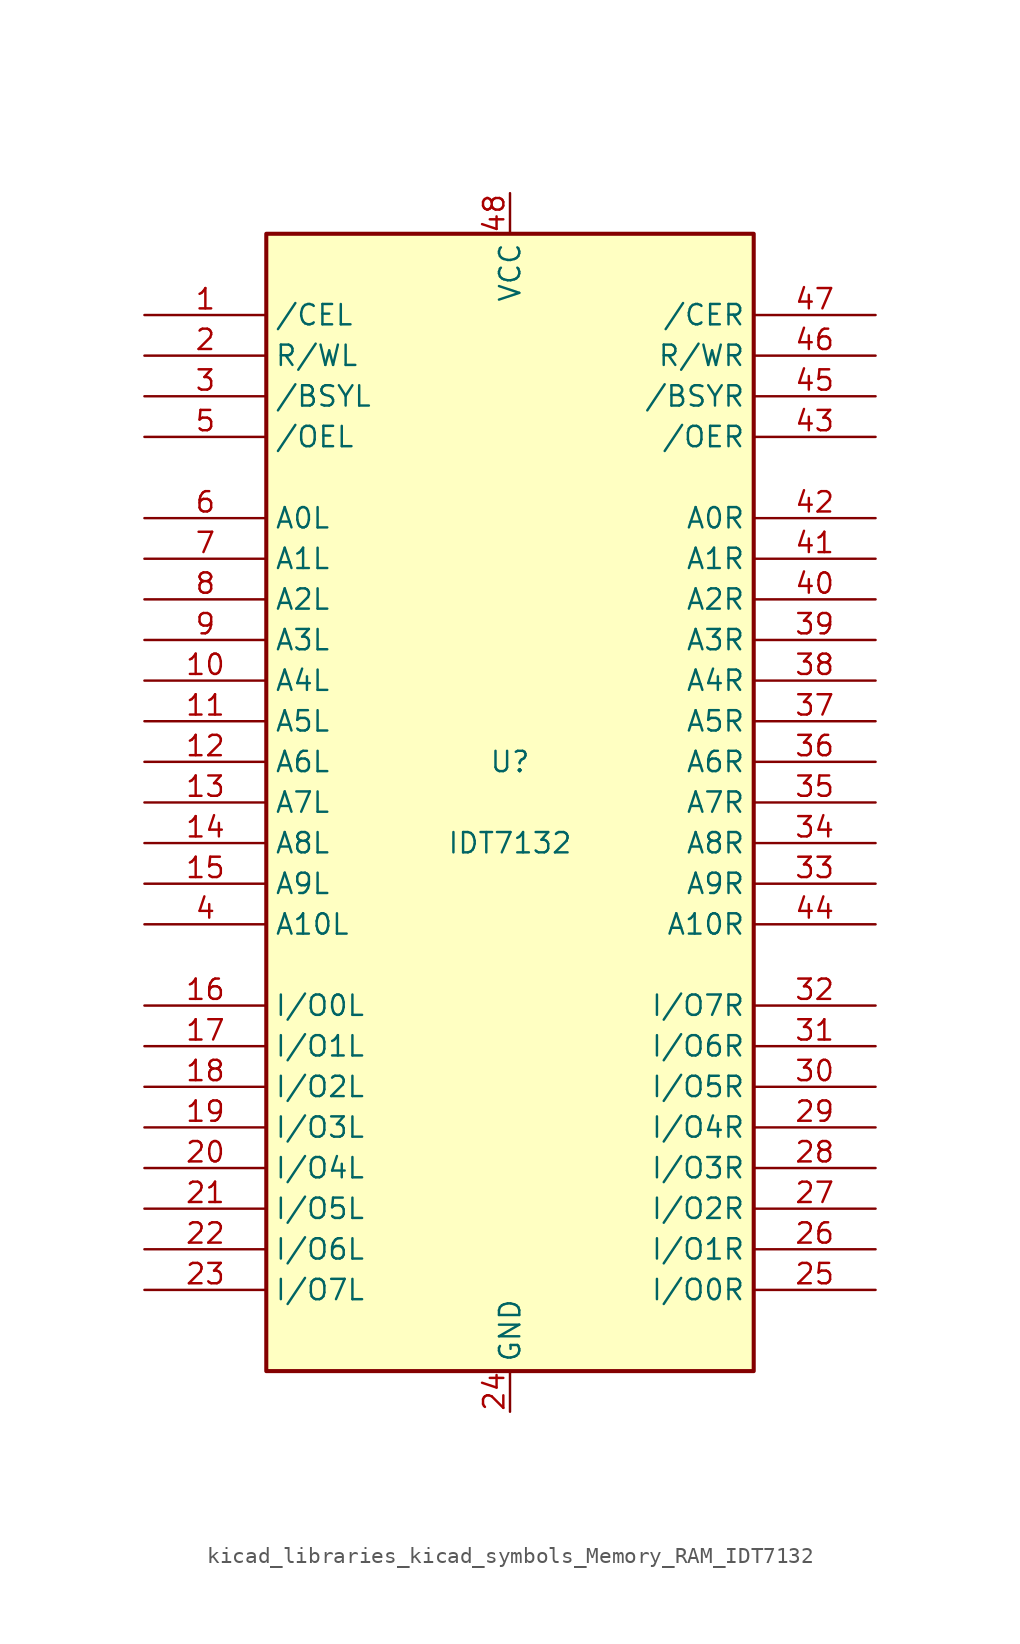
<source format=kicad_sym>
(kicad_symbol_lib
  (version 20220914)
  (generator kicad_symbol_editor)
  (symbol "kicad_libraries_kicad_symbols_Memory_RAM_IDT7132"
    (property "Reference" "U"
      (at 0 2.54 0)
      (effects (font (size 1.27 1.27))))
    (property "Value" "IDT7132"
      (at 0 -2.54 0)
      (effects (font (size 1.27 1.27))))
    (symbol "kicad_libraries_kicad_symbols_Memory_RAM_IDT7132_0_1"
      (rectangle (start -15.24 -35.56) (end 15.24 35.56) (stroke (width 0.254) (type default)) (fill (type background))))
    (symbol "kicad_libraries_kicad_symbols_Memory_RAM_IDT7132_1_1"
      (pin input line (at -22.86 30.48 0) (length 7.62) (name "/CEL" (effects (font (size 1.27 1.27)))) (number "1" (effects (font (size 1.27 1.27)))))
      (pin input line (at -22.86 7.62 0) (length 7.62) (name "A4L" (effects (font (size 1.27 1.27)))) (number "10" (effects (font (size 1.27 1.27)))))
      (pin input line (at -22.86 5.08 0) (length 7.62) (name "A5L" (effects (font (size 1.27 1.27)))) (number "11" (effects (font (size 1.27 1.27)))))
      (pin input line (at -22.86 2.54 0) (length 7.62) (name "A6L" (effects (font (size 1.27 1.27)))) (number "12" (effects (font (size 1.27 1.27)))))
      (pin input line (at -22.86 0 0) (length 7.62) (name "A7L" (effects (font (size 1.27 1.27)))) (number "13" (effects (font (size 1.27 1.27)))))
      (pin input line (at -22.86 -2.54 0) (length 7.62) (name "A8L" (effects (font (size 1.27 1.27)))) (number "14" (effects (font (size 1.27 1.27)))))
      (pin input line (at -22.86 -5.08 0) (length 7.62) (name "A9L" (effects (font (size 1.27 1.27)))) (number "15" (effects (font (size 1.27 1.27)))))
      (pin input line (at -22.86 -12.7 0) (length 7.62) (name "I/O0L" (effects (font (size 1.27 1.27)))) (number "16" (effects (font (size 1.27 1.27)))))
      (pin input line (at -22.86 -15.24 0) (length 7.62) (name "I/O1L" (effects (font (size 1.27 1.27)))) (number "17" (effects (font (size 1.27 1.27)))))
      (pin input line (at -22.86 -17.78 0) (length 7.62) (name "I/O2L" (effects (font (size 1.27 1.27)))) (number "18" (effects (font (size 1.27 1.27)))))
      (pin input line (at -22.86 -20.32 0) (length 7.62) (name "I/O3L" (effects (font (size 1.27 1.27)))) (number "19" (effects (font (size 1.27 1.27)))))
      (pin input line (at -22.86 27.94 0) (length 7.62) (name "R/WL" (effects (font (size 1.27 1.27)))) (number "2" (effects (font (size 1.27 1.27)))))
      (pin input line (at -22.86 -22.86 0) (length 7.62) (name "I/O4L" (effects (font (size 1.27 1.27)))) (number "20" (effects (font (size 1.27 1.27)))))
      (pin input line (at -22.86 -25.4 0) (length 7.62) (name "I/O5L" (effects (font (size 1.27 1.27)))) (number "21" (effects (font (size 1.27 1.27)))))
      (pin input line (at -22.86 -27.94 0) (length 7.62) (name "I/O6L" (effects (font (size 1.27 1.27)))) (number "22" (effects (font (size 1.27 1.27)))))
      (pin input line (at -22.86 -30.48 0) (length 7.62) (name "I/O7L" (effects (font (size 1.27 1.27)))) (number "23" (effects (font (size 1.27 1.27)))))
      (pin power_in line (at 0 -38.1 90) (length 2.54) (name "GND" (effects (font (size 1.27 1.27)))) (number "24" (effects (font (size 1.27 1.27)))))
      (pin input line (at 22.86 -30.48 180) (length 7.62) (name "I/O0R" (effects (font (size 1.27 1.27)))) (number "25" (effects (font (size 1.27 1.27)))))
      (pin input line (at 22.86 -27.94 180) (length 7.62) (name "I/O1R" (effects (font (size 1.27 1.27)))) (number "26" (effects (font (size 1.27 1.27)))))
      (pin input line (at 22.86 -25.4 180) (length 7.62) (name "I/O2R" (effects (font (size 1.27 1.27)))) (number "27" (effects (font (size 1.27 1.27)))))
      (pin input line (at 22.86 -22.86 180) (length 7.62) (name "I/O3R" (effects (font (size 1.27 1.27)))) (number "28" (effects (font (size 1.27 1.27)))))
      (pin input line (at 22.86 -20.32 180) (length 7.62) (name "I/O4R" (effects (font (size 1.27 1.27)))) (number "29" (effects (font (size 1.27 1.27)))))
      (pin output line (at -22.86 25.4 0) (length 7.62) (name "/BSYL" (effects (font (size 1.27 1.27)))) (number "3" (effects (font (size 1.27 1.27)))))
      (pin input line (at 22.86 -17.78 180) (length 7.62) (name "I/O5R" (effects (font (size 1.27 1.27)))) (number "30" (effects (font (size 1.27 1.27)))))
      (pin input line (at 22.86 -15.24 180) (length 7.62) (name "I/O6R" (effects (font (size 1.27 1.27)))) (number "31" (effects (font (size 1.27 1.27)))))
      (pin input line (at 22.86 -12.7 180) (length 7.62) (name "I/O7R" (effects (font (size 1.27 1.27)))) (number "32" (effects (font (size 1.27 1.27)))))
      (pin input line (at 22.86 -5.08 180) (length 7.62) (name "A9R" (effects (font (size 1.27 1.27)))) (number "33" (effects (font (size 1.27 1.27)))))
      (pin input line (at 22.86 -2.54 180) (length 7.62) (name "A8R" (effects (font (size 1.27 1.27)))) (number "34" (effects (font (size 1.27 1.27)))))
      (pin input line (at 22.86 0 180) (length 7.62) (name "A7R" (effects (font (size 1.27 1.27)))) (number "35" (effects (font (size 1.27 1.27)))))
      (pin input line (at 22.86 2.54 180) (length 7.62) (name "A6R" (effects (font (size 1.27 1.27)))) (number "36" (effects (font (size 1.27 1.27)))))
      (pin input line (at 22.86 5.08 180) (length 7.62) (name "A5R" (effects (font (size 1.27 1.27)))) (number "37" (effects (font (size 1.27 1.27)))))
      (pin input line (at 22.86 7.62 180) (length 7.62) (name "A4R" (effects (font (size 1.27 1.27)))) (number "38" (effects (font (size 1.27 1.27)))))
      (pin input line (at 22.86 10.16 180) (length 7.62) (name "A3R" (effects (font (size 1.27 1.27)))) (number "39" (effects (font (size 1.27 1.27)))))
      (pin input line (at -22.86 -7.62 0) (length 7.62) (name "A10L" (effects (font (size 1.27 1.27)))) (number "4" (effects (font (size 1.27 1.27)))))
      (pin input line (at 22.86 12.7 180) (length 7.62) (name "A2R" (effects (font (size 1.27 1.27)))) (number "40" (effects (font (size 1.27 1.27)))))
      (pin input line (at 22.86 15.24 180) (length 7.62) (name "A1R" (effects (font (size 1.27 1.27)))) (number "41" (effects (font (size 1.27 1.27)))))
      (pin input line (at 22.86 17.78 180) (length 7.62) (name "A0R" (effects (font (size 1.27 1.27)))) (number "42" (effects (font (size 1.27 1.27)))))
      (pin input line (at 22.86 22.86 180) (length 7.62) (name "/OER" (effects (font (size 1.27 1.27)))) (number "43" (effects (font (size 1.27 1.27)))))
      (pin input line (at 22.86 -7.62 180) (length 7.62) (name "A10R" (effects (font (size 1.27 1.27)))) (number "44" (effects (font (size 1.27 1.27)))))
      (pin output line (at 22.86 25.4 180) (length 7.62) (name "/BSYR" (effects (font (size 1.27 1.27)))) (number "45" (effects (font (size 1.27 1.27)))))
      (pin input line (at 22.86 27.94 180) (length 7.62) (name "R/WR" (effects (font (size 1.27 1.27)))) (number "46" (effects (font (size 1.27 1.27)))))
      (pin input line (at 22.86 30.48 180) (length 7.62) (name "/CER" (effects (font (size 1.27 1.27)))) (number "47" (effects (font (size 1.27 1.27)))))
      (pin power_in line (at 0 38.1 270) (length 2.54) (name "VCC" (effects (font (size 1.27 1.27)))) (number "48" (effects (font (size 1.27 1.27)))))
      (pin input line (at -22.86 22.86 0) (length 7.62) (name "/OEL" (effects (font (size 1.27 1.27)))) (number "5" (effects (font (size 1.27 1.27)))))
      (pin input line (at -22.86 17.78 0) (length 7.62) (name "A0L" (effects (font (size 1.27 1.27)))) (number "6" (effects (font (size 1.27 1.27)))))
      (pin input line (at -22.86 15.24 0) (length 7.62) (name "A1L" (effects (font (size 1.27 1.27)))) (number "7" (effects (font (size 1.27 1.27)))))
      (pin input line (at -22.86 12.7 0) (length 7.62) (name "A2L" (effects (font (size 1.27 1.27)))) (number "8" (effects (font (size 1.27 1.27)))))
      (pin input line (at -22.86 10.16 0) (length 7.62) (name "A3L" (effects (font (size 1.27 1.27)))) (number "9" (effects (font (size 1.27 1.27))))))))
</source>
